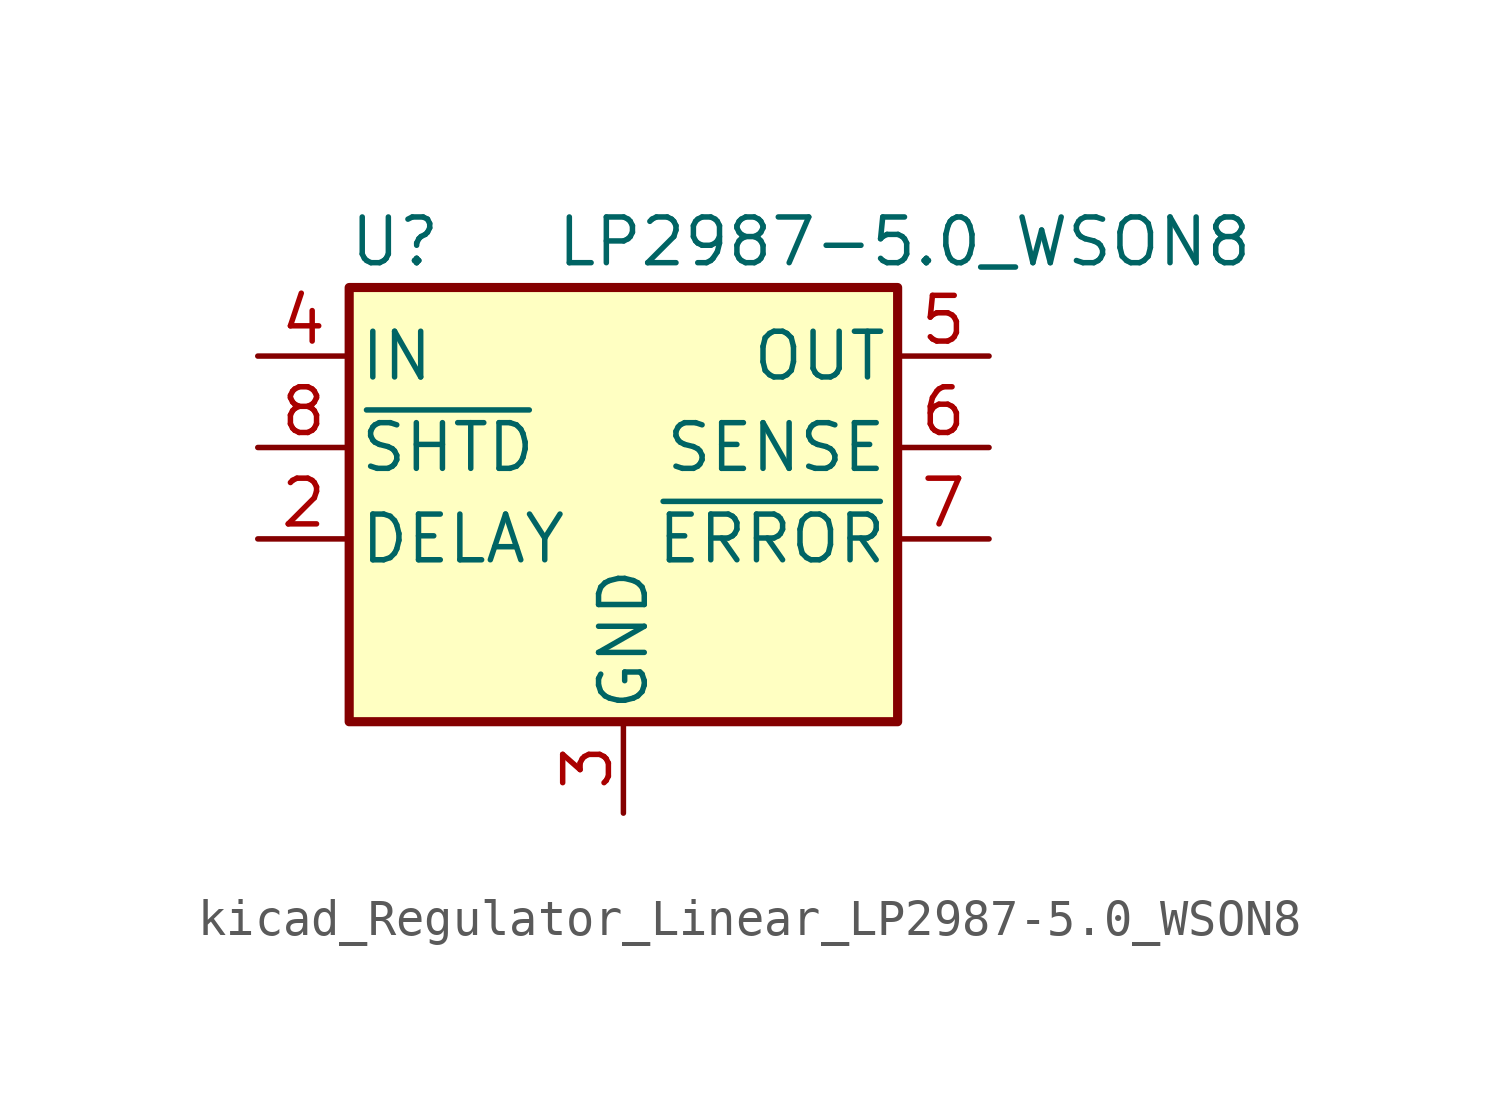
<source format=kicad_sym>
(kicad_symbol_lib
  (version 20220914)
  (generator kicad_symbol_editor)
  (symbol "kicad_Regulator_Linear_LP2987-5.0_WSON8"
    (pin_names
      (offset 0.254))
    (property "Reference" "U"
      (at -6.35 5.715 0)
      (effects (font (size 1.27 1.27))))
    (property "Value" "LP2987-5.0_WSON8"
      (at -1.905 5.715 0)
      (effects (font (size 1.27 1.27)) (justify left)))
    (symbol "kicad_Regulator_Linear_LP2987-5.0_WSON8_0_1"
      (rectangle (start -7.62 4.445) (end 7.62 -7.62) (stroke (width 0.254) (type default)) (fill (type background))))
    (symbol "kicad_Regulator_Linear_LP2987-5.0_WSON8_1_1"
      (pin no_connect line (at 2.54 -7.62 90) (length 2.54) hide (name "NC" (effects (font (size 1.27 1.27)))) (number "1" (effects (font (size 1.27 1.27)))))
      (pin passive line (at -10.16 -2.54 0) (length 2.54) (name "DELAY" (effects (font (size 1.27 1.27)))) (number "2" (effects (font (size 1.27 1.27)))))
      (pin power_in line (at 0 -10.16 90) (length 2.54) (name "GND" (effects (font (size 1.27 1.27)))) (number "3" (effects (font (size 1.27 1.27)))))
      (pin power_in line (at -10.16 2.54 0) (length 2.54) (name "IN" (effects (font (size 1.27 1.27)))) (number "4" (effects (font (size 1.27 1.27)))))
      (pin power_out line (at 10.16 2.54 180) (length 2.54) (name "OUT" (effects (font (size 1.27 1.27)))) (number "5" (effects (font (size 1.27 1.27)))))
      (pin input line (at 10.16 0 180) (length 2.54) (name "SENSE" (effects (font (size 1.27 1.27)))) (number "6" (effects (font (size 1.27 1.27)))))
      (pin output line (at 10.16 -2.54 180) (length 2.54) (name "~{ERROR}" (effects (font (size 1.27 1.27)))) (number "7" (effects (font (size 1.27 1.27)))))
      (pin input line (at -10.16 0 0) (length 2.54) (name "~{SHTD}" (effects (font (size 1.27 1.27)))) (number "8" (effects (font (size 1.27 1.27)))))
      (pin passive line (at 0 -10.16 90) (length 2.54) hide (name "GND" (effects (font (size 1.27 1.27)))) (number "9" (effects (font (size 1.27 1.27))))))))
</source>
